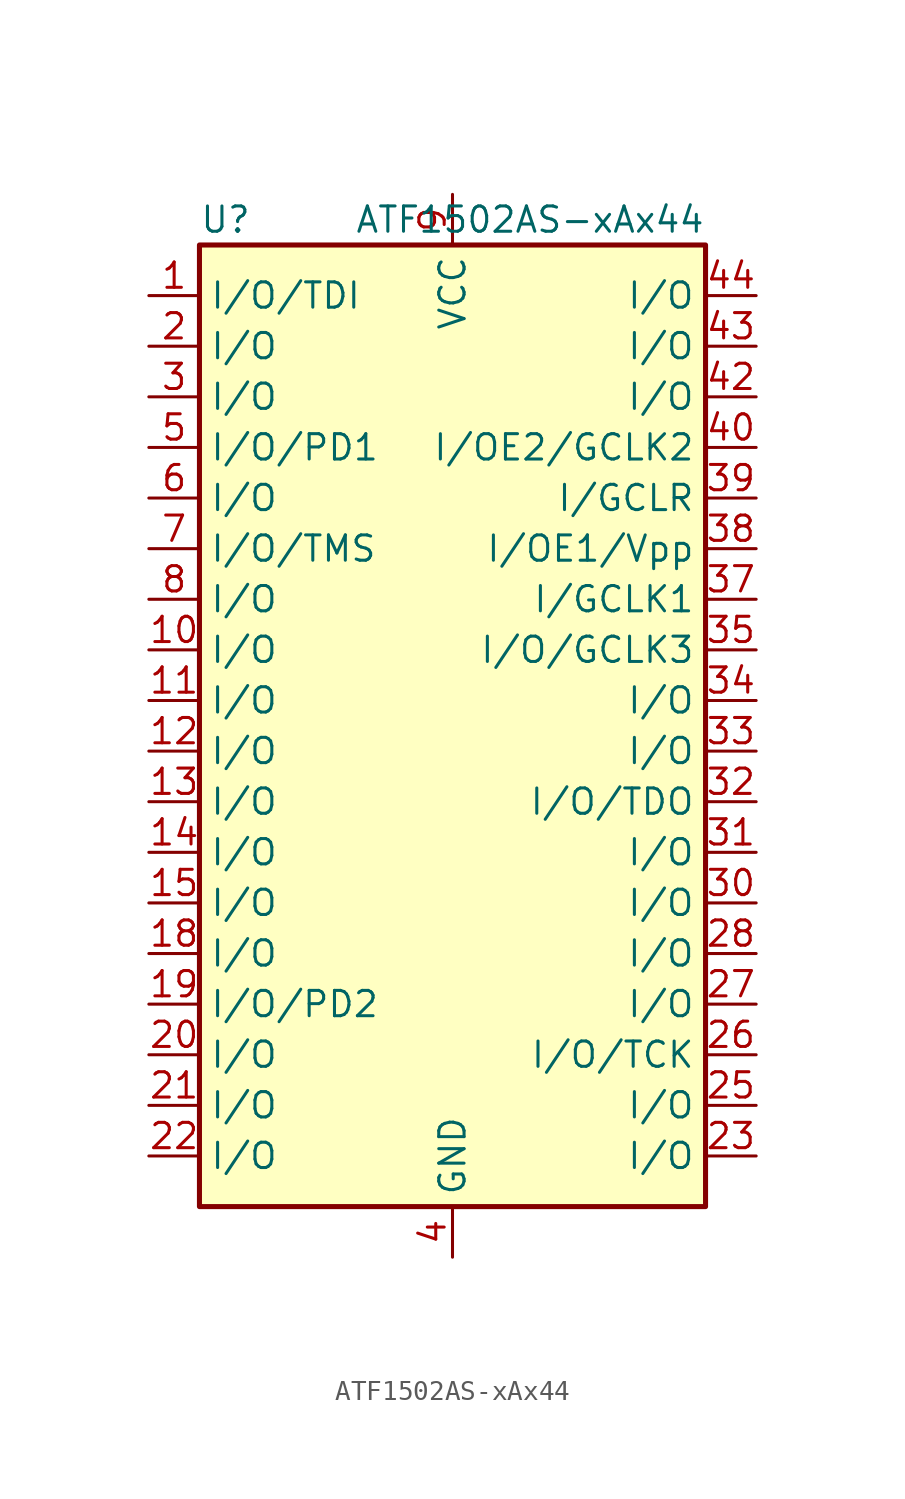
<source format=kicad_sym>
(kicad_symbol_lib
  (version 20201005)
  (generator kicad_symbol_editor)
  (symbol "CPLD_Microchip:ATF1502AS-xAx44"
    (property "Reference" "U"
      (at -12.7 24.13 0)
      (effects (font (size 1.27 1.27)) (justify left)))
    (property "Value" "ATF1502AS-xAx44"
      (at 12.7 24.13 0)
      (effects (font (size 1.27 1.27)) (justify right)))
    (symbol "ATF1502AS-xAx44_0_1"
      (rectangle (start -12.7 22.86) (end 12.7 -25.4) (stroke (width 0.254)) (fill (type background))))
    (symbol "ATF1502AS-xAx44_1_1"
      (pin bidirectional line (at -15.24 20.32 0) (length 2.54) (name "I/O/TDI" (effects (font (size 1.27 1.27)))) (number "1" (effects (font (size 1.27 1.27)))))
      (pin bidirectional line (at -15.24 2.54 0) (length 2.54) (name "I/O" (effects (font (size 1.27 1.27)))) (number "10" (effects (font (size 1.27 1.27)))))
      (pin bidirectional line (at -15.24 0 0) (length 2.54) (name "I/O" (effects (font (size 1.27 1.27)))) (number "11" (effects (font (size 1.27 1.27)))))
      (pin bidirectional line (at -15.24 -2.54 0) (length 2.54) (name "I/O" (effects (font (size 1.27 1.27)))) (number "12" (effects (font (size 1.27 1.27)))))
      (pin bidirectional line (at -15.24 -5.08 0) (length 2.54) (name "I/O" (effects (font (size 1.27 1.27)))) (number "13" (effects (font (size 1.27 1.27)))))
      (pin bidirectional line (at -15.24 -7.62 0) (length 2.54) (name "I/O" (effects (font (size 1.27 1.27)))) (number "14" (effects (font (size 1.27 1.27)))))
      (pin bidirectional line (at -15.24 -10.16 0) (length 2.54) (name "I/O" (effects (font (size 1.27 1.27)))) (number "15" (effects (font (size 1.27 1.27)))))
      (pin passive line (at 0 -27.94 90) (length 2.54) hide (name "GND" (effects (font (size 1.27 1.27)))) (number "16" (effects (font (size 1.27 1.27)))))
      (pin passive line (at 0 25.4 270) (length 2.54) hide (name "VCC" (effects (font (size 1.27 1.27)))) (number "17" (effects (font (size 1.27 1.27)))))
      (pin bidirectional line (at -15.24 -12.7 0) (length 2.54) (name "I/O" (effects (font (size 1.27 1.27)))) (number "18" (effects (font (size 1.27 1.27)))))
      (pin bidirectional line (at -15.24 -15.24 0) (length 2.54) (name "I/O/PD2" (effects (font (size 1.27 1.27)))) (number "19" (effects (font (size 1.27 1.27)))))
      (pin bidirectional line (at -15.24 17.78 0) (length 2.54) (name "I/O" (effects (font (size 1.27 1.27)))) (number "2" (effects (font (size 1.27 1.27)))))
      (pin bidirectional line (at -15.24 -17.78 0) (length 2.54) (name "I/O" (effects (font (size 1.27 1.27)))) (number "20" (effects (font (size 1.27 1.27)))))
      (pin bidirectional line (at -15.24 -20.32 0) (length 2.54) (name "I/O" (effects (font (size 1.27 1.27)))) (number "21" (effects (font (size 1.27 1.27)))))
      (pin bidirectional line (at -15.24 -22.86 0) (length 2.54) (name "I/O" (effects (font (size 1.27 1.27)))) (number "22" (effects (font (size 1.27 1.27)))))
      (pin bidirectional line (at 15.24 -22.86 180) (length 2.54) (name "I/O" (effects (font (size 1.27 1.27)))) (number "23" (effects (font (size 1.27 1.27)))))
      (pin passive line (at 0 -27.94 90) (length 2.54) hide (name "GND" (effects (font (size 1.27 1.27)))) (number "24" (effects (font (size 1.27 1.27)))))
      (pin bidirectional line (at 15.24 -20.32 180) (length 2.54) (name "I/O" (effects (font (size 1.27 1.27)))) (number "25" (effects (font (size 1.27 1.27)))))
      (pin bidirectional line (at 15.24 -17.78 180) (length 2.54) (name "I/O/TCK" (effects (font (size 1.27 1.27)))) (number "26" (effects (font (size 1.27 1.27)))))
      (pin bidirectional line (at 15.24 -15.24 180) (length 2.54) (name "I/O" (effects (font (size 1.27 1.27)))) (number "27" (effects (font (size 1.27 1.27)))))
      (pin bidirectional line (at 15.24 -12.7 180) (length 2.54) (name "I/O" (effects (font (size 1.27 1.27)))) (number "28" (effects (font (size 1.27 1.27)))))
      (pin passive line (at 0 25.4 270) (length 2.54) hide (name "VCC" (effects (font (size 1.27 1.27)))) (number "29" (effects (font (size 1.27 1.27)))))
      (pin bidirectional line (at -15.24 15.24 0) (length 2.54) (name "I/O" (effects (font (size 1.27 1.27)))) (number "3" (effects (font (size 1.27 1.27)))))
      (pin bidirectional line (at 15.24 -10.16 180) (length 2.54) (name "I/O" (effects (font (size 1.27 1.27)))) (number "30" (effects (font (size 1.27 1.27)))))
      (pin bidirectional line (at 15.24 -7.62 180) (length 2.54) (name "I/O" (effects (font (size 1.27 1.27)))) (number "31" (effects (font (size 1.27 1.27)))))
      (pin bidirectional line (at 15.24 -5.08 180) (length 2.54) (name "I/O/TDO" (effects (font (size 1.27 1.27)))) (number "32" (effects (font (size 1.27 1.27)))))
      (pin bidirectional line (at 15.24 -2.54 180) (length 2.54) (name "I/O" (effects (font (size 1.27 1.27)))) (number "33" (effects (font (size 1.27 1.27)))))
      (pin bidirectional line (at 15.24 0 180) (length 2.54) (name "I/O" (effects (font (size 1.27 1.27)))) (number "34" (effects (font (size 1.27 1.27)))))
      (pin bidirectional line (at 15.24 2.54 180) (length 2.54) (name "I/O/GCLK3" (effects (font (size 1.27 1.27)))) (number "35" (effects (font (size 1.27 1.27)))))
      (pin passive line (at 0 -27.94 90) (length 2.54) hide (name "GND" (effects (font (size 1.27 1.27)))) (number "36" (effects (font (size 1.27 1.27)))))
      (pin input line (at 15.24 5.08 180) (length 2.54) (name "I/GCLK1" (effects (font (size 1.27 1.27)))) (number "37" (effects (font (size 1.27 1.27)))))
      (pin input line (at 15.24 7.62 180) (length 2.54) (name "I/OE1/Vpp" (effects (font (size 1.27 1.27)))) (number "38" (effects (font (size 1.27 1.27)))))
      (pin input line (at 15.24 10.16 180) (length 2.54) (name "I/GCLR" (effects (font (size 1.27 1.27)))) (number "39" (effects (font (size 1.27 1.27)))))
      (pin power_in line (at 0 -27.94 90) (length 2.54) (name "GND" (effects (font (size 1.27 1.27)))) (number "4" (effects (font (size 1.27 1.27)))))
      (pin input line (at 15.24 12.7 180) (length 2.54) (name "I/OE2/GCLK2" (effects (font (size 1.27 1.27)))) (number "40" (effects (font (size 1.27 1.27)))))
      (pin passive line (at 0 25.4 270) (length 2.54) hide (name "VCC" (effects (font (size 1.27 1.27)))) (number "41" (effects (font (size 1.27 1.27)))))
      (pin bidirectional line (at 15.24 15.24 180) (length 2.54) (name "I/O" (effects (font (size 1.27 1.27)))) (number "42" (effects (font (size 1.27 1.27)))))
      (pin bidirectional line (at 15.24 17.78 180) (length 2.54) (name "I/O" (effects (font (size 1.27 1.27)))) (number "43" (effects (font (size 1.27 1.27)))))
      (pin bidirectional line (at 15.24 20.32 180) (length 2.54) (name "I/O" (effects (font (size 1.27 1.27)))) (number "44" (effects (font (size 1.27 1.27)))))
      (pin bidirectional line (at -15.24 12.7 0) (length 2.54) (name "I/O/PD1" (effects (font (size 1.27 1.27)))) (number "5" (effects (font (size 1.27 1.27)))))
      (pin bidirectional line (at -15.24 10.16 0) (length 2.54) (name "I/O" (effects (font (size 1.27 1.27)))) (number "6" (effects (font (size 1.27 1.27)))))
      (pin bidirectional line (at -15.24 7.62 0) (length 2.54) (name "I/O/TMS" (effects (font (size 1.27 1.27)))) (number "7" (effects (font (size 1.27 1.27)))))
      (pin bidirectional line (at -15.24 5.08 0) (length 2.54) (name "I/O" (effects (font (size 1.27 1.27)))) (number "8" (effects (font (size 1.27 1.27)))))
      (pin power_in line (at 0 25.4 270) (length 2.54) (name "VCC" (effects (font (size 1.27 1.27)))) (number "9" (effects (font (size 1.27 1.27))))))))
</source>
